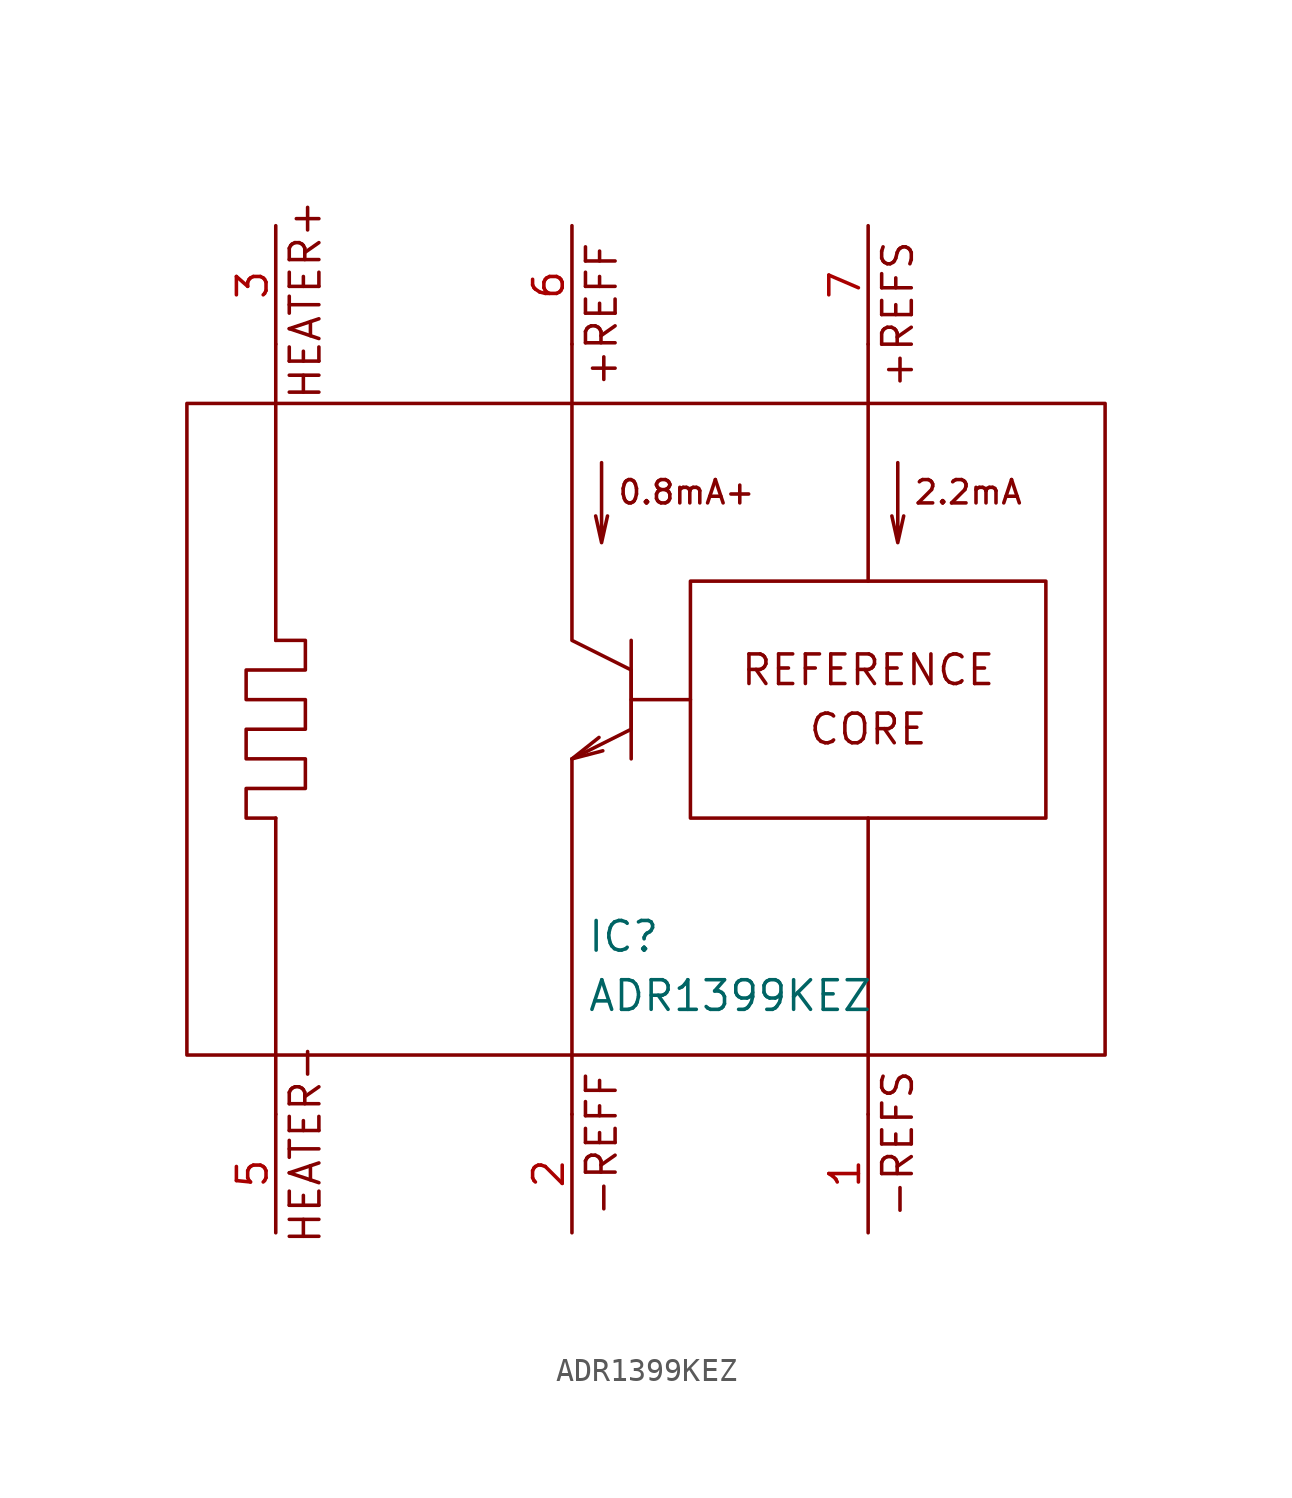
<source format=kicad_sym>
(kicad_symbol_lib
  (version 20211014)
  (generator kicad_symbol_editor)
  (symbol "ADR1399KEZ"
    (pin_names
      (offset 0.762))
    (property "Reference" "IC"
      (at 13.335 -30.48 0)
      (effects (font (size 1.27 1.27)) (justify left)))
    (property "Value" "ADR1399KEZ"
      (at 13.335 -33.02 0)
      (effects (font (size 1.27 1.27)) (justify left)))
    (symbol "ADR1399KEZ_0_0"
      (polyline (pts (xy 0 -35.56) (xy 0 -38.1)) (stroke (width 0.152) (type default) (color 0 0 0 0)) (fill (type none)))
      (polyline (pts (xy 0 -5.08) (xy 0 -7.62)) (stroke (width 0.152) (type default) (color 0 0 0 0)) (fill (type none)))
      (polyline (pts (xy 12.7 -35.56) (xy 12.7 -38.1)) (stroke (width 0.152) (type default) (color 0 0 0 0)) (fill (type none)))
      (polyline (pts (xy 12.7 -5.08) (xy 12.7 -7.62)) (stroke (width 0.152) (type default) (color 0 0 0 0)) (fill (type none)))
      (polyline (pts (xy 15.24 -20.32) (xy 17.78 -20.32)) (stroke (width 0.152) (type default) (color 0 0 0 0)) (fill (type none)))
      (polyline (pts (xy 25.4 -35.56) (xy 25.4 -38.1)) (stroke (width 0.152) (type default) (color 0 0 0 0)) (fill (type none)))
      (polyline (pts (xy 25.4 -35.56) (xy 25.4 -25.4)) (stroke (width 0.152) (type default) (color 0 0 0 0)) (fill (type none)))
      (polyline (pts (xy 25.4 -15.24) (xy 25.4 -7.62)) (stroke (width 0.152) (type default) (color 0 0 0 0)) (fill (type none)))
      (polyline (pts (xy 25.4 -5.08) (xy 25.4 -7.62)) (stroke (width 0.152) (type default) (color 0 0 0 0)) (fill (type none)))
      (polyline (pts (xy 13.97 -10.16) (xy 13.97 -13.589) (xy 14.224 -12.446) (xy 13.97 -13.589) (xy 13.716 -12.446)) (stroke (width 0.152) (type default) (color 0 0 0 0)) (fill (type none)))
      (polyline (pts (xy 26.67 -10.16) (xy 26.67 -13.589) (xy 26.924 -12.446) (xy 26.67 -13.589) (xy 26.416 -12.446)) (stroke (width 0.152) (type default) (color 0 0 0 0)) (fill (type none)))
      (text "+REFF" (at 13.97 -3.81 900) (effects (font (size 1.27 1.27))))
      (text "+REFS" (at 26.67 -3.81 900) (effects (font (size 1.27 1.27))))
      (text "-REFF" (at 13.97 -39.37 900) (effects (font (size 1.27 1.27))))
      (text "-REFS" (at 26.67 -39.37 900) (effects (font (size 1.27 1.27))))
      (text "0.8mA+" (at 14.605 -11.43 0) (effects (font (size 1 1)) (justify left)))
      (text "2.2mA" (at 27.305 -11.43 0) (effects (font (size 1 1)) (justify left)))
      (text "CORE" (at 25.4 -21.59 0) (effects (font (size 1.27 1.27))))
      (text "HEATER+" (at 1.27 -3.175 900) (effects (font (size 1.27 1.27))))
      (text "HEATER-" (at 1.27 -39.37 900) (effects (font (size 1.27 1.27))))
      (text "REFERENCE" (at 25.4 -19.05 0) (effects (font (size 1.27 1.27))))
      (pin passive line (at 25.4 -43.18 90) (length 5.08) (name "" (effects (font (size 1.27 1.27)))) (number "1" (effects (font (size 1.27 1.27)))))
      (pin passive line (at 12.7 -43.18 90) (length 5.08) (name "" (effects (font (size 1.27 1.27)))) (number "2" (effects (font (size 1.27 1.27)))))
      (pin passive line (at 0 0 270) (length 5.08) (name "" (effects (font (size 1.27 1.27)))) (number "3" (effects (font (size 1.27 1.27)))))
      (pin no_connect line (at 26.035 -30.48 0) (length 5.08) hide (name "NIC" (effects (font (size 1.27 1.27)))) (number "4" (effects (font (size 1.27 1.27)))))
      (pin passive line (at 0 -43.18 90) (length 5.08) (name "" (effects (font (size 1.27 1.27)))) (number "5" (effects (font (size 1.27 1.27)))))
      (pin passive line (at 12.7 0 270) (length 5.08) (name "" (effects (font (size 1.27 1.27)))) (number "6" (effects (font (size 1.27 1.27)))))
      (pin passive line (at 25.4 0 270) (length 5.08) (name "" (effects (font (size 1.27 1.27)))) (number "7" (effects (font (size 1.27 1.27)))))
      (pin no_connect line (at 26.035 -28.575 0) (length 5.08) hide (name "NIC" (effects (font (size 1.27 1.27)))) (number "8" (effects (font (size 1.27 1.27))))))
    (symbol "ADR1399KEZ_0_1"
      (polyline (pts (xy 0 -25.4) (xy 0 -35.56)) (stroke (width 0.152) (type default) (color 0 0 0 0)) (fill (type none)))
      (polyline (pts (xy 0 -17.78) (xy 0 -7.62)) (stroke (width 0.152) (type default) (color 0 0 0 0)) (fill (type none)))
      (polyline (pts (xy 12.7 -22.86) (xy 13.86 -21.942)) (stroke (width 0.152) (type default) (color 0 0 0 0)) (fill (type none)))
      (polyline (pts (xy 12.7 -22.86) (xy 14.023 -22.514)) (stroke (width 0.152) (type default) (color 0 0 0 0)) (fill (type none)))
      (polyline (pts (xy 15.24 -17.78) (xy 15.24 -22.86)) (stroke (width 0.152) (type default) (color 0 0 0 0)) (fill (type none)))
      (polyline (pts (xy -3.81 -7.62) (xy 35.56 -7.62) (xy 35.56 -35.56) (xy -3.81 -35.56) (xy -3.81 -7.62)) (stroke (width 0.152) (type default) (color 0 0 0 0)) (fill (type none)))
      (polyline (pts (xy 12.7 -7.62) (xy 12.7 -17.78) (xy 15.24 -19.05) (xy 15.24 -21.59) (xy 12.7 -22.86) (xy 12.7 -35.56)) (stroke (width 0.152) (type default) (color 0 0 0 0)) (fill (type none)))
      (polyline (pts (xy 0 -17.78) (xy 1.27 -17.78) (xy 1.27 -19.05) (xy -1.27 -19.05) (xy -1.27 -20.32) (xy 1.27 -20.32) (xy 1.27 -21.59) (xy -1.27 -21.59) (xy -1.27 -22.86) (xy 1.27 -22.86) (xy 1.27 -24.13) (xy -1.27 -24.13) (xy -1.27 -25.4) (xy 0 -25.4)) (stroke (width 0.152) (type default) (color 0 0 0 0)) (fill (type none)))
      (rectangle (start 17.78 -15.24) (end 33.02 -25.4) (stroke (width 0.152) (type default) (color 0 0 0 0)) (fill (type none))))))
</source>
